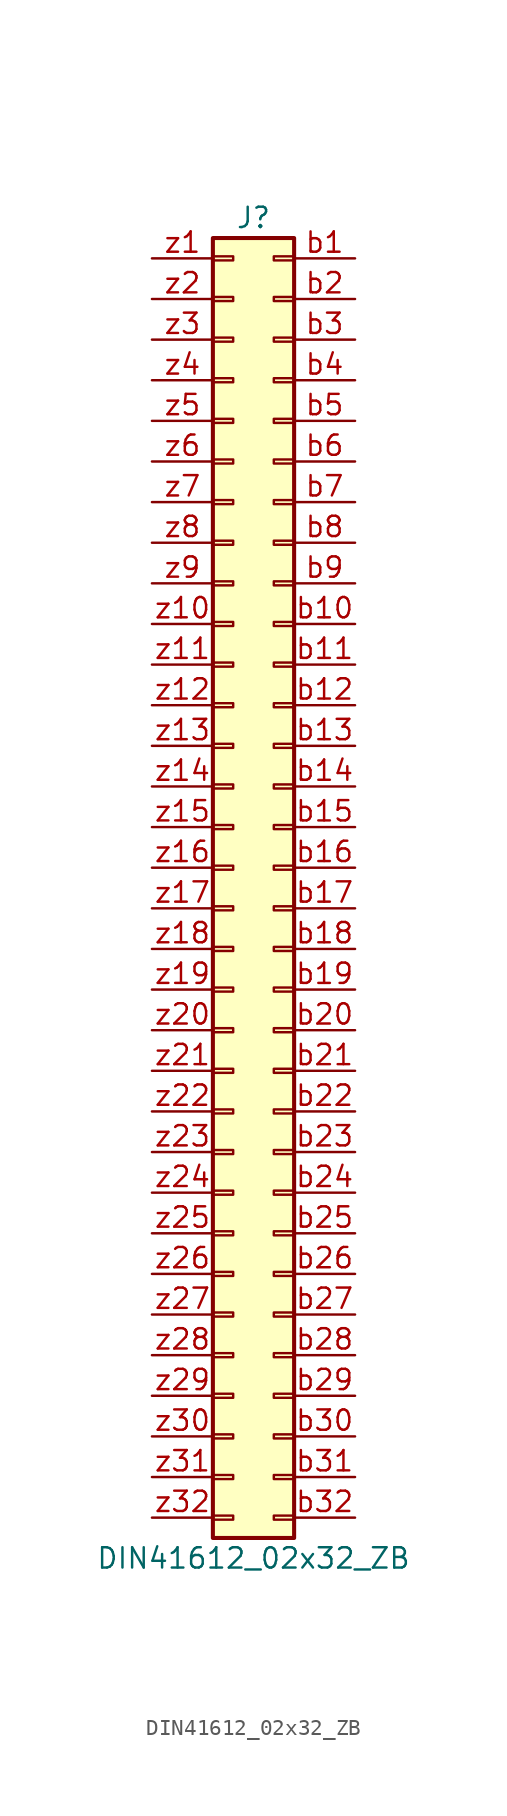
<source format=kicad_sym>
(kicad_symbol_lib
  (version 20201005)
  (generator kicad_symbol_editor)
  (symbol "Connector:DIN41612_02x32_ZB"
    (pin_names
      (offset 1.016) hide)
    (property "Reference" "J"
      (at 1.27 40.64 0)
      (effects (font (size 1.27 1.27))))
    (property "Value" "DIN41612_02x32_ZB"
      (at 1.27 -43.18 0)
      (effects (font (size 1.27 1.27))))
    (symbol "DIN41612_02x32_ZB_1_1"
      (rectangle (start -1.27 -40.513) (end 0 -40.767) (stroke (width 0.152)) (fill (type none)))
      (rectangle (start -1.27 -37.973) (end 0 -38.227) (stroke (width 0.152)) (fill (type none)))
      (rectangle (start -1.27 -35.433) (end 0 -35.687) (stroke (width 0.152)) (fill (type none)))
      (rectangle (start -1.27 -32.893) (end 0 -33.147) (stroke (width 0.152)) (fill (type none)))
      (rectangle (start -1.27 -30.353) (end 0 -30.607) (stroke (width 0.152)) (fill (type none)))
      (rectangle (start -1.27 -27.813) (end 0 -28.067) (stroke (width 0.152)) (fill (type none)))
      (rectangle (start -1.27 -25.273) (end 0 -25.527) (stroke (width 0.152)) (fill (type none)))
      (rectangle (start -1.27 -22.733) (end 0 -22.987) (stroke (width 0.152)) (fill (type none)))
      (rectangle (start -1.27 -20.193) (end 0 -20.447) (stroke (width 0.152)) (fill (type none)))
      (rectangle (start -1.27 -17.653) (end 0 -17.907) (stroke (width 0.152)) (fill (type none)))
      (rectangle (start -1.27 -15.113) (end 0 -15.367) (stroke (width 0.152)) (fill (type none)))
      (rectangle (start -1.27 -12.573) (end 0 -12.827) (stroke (width 0.152)) (fill (type none)))
      (rectangle (start -1.27 -10.033) (end 0 -10.287) (stroke (width 0.152)) (fill (type none)))
      (rectangle (start -1.27 -7.493) (end 0 -7.747) (stroke (width 0.152)) (fill (type none)))
      (rectangle (start -1.27 -4.953) (end 0 -5.207) (stroke (width 0.152)) (fill (type none)))
      (rectangle (start -1.27 -2.413) (end 0 -2.667) (stroke (width 0.152)) (fill (type none)))
      (rectangle (start -1.27 0.127) (end 0 -0.127) (stroke (width 0.152)) (fill (type none)))
      (rectangle (start -1.27 2.667) (end 0 2.413) (stroke (width 0.152)) (fill (type none)))
      (rectangle (start -1.27 5.207) (end 0 4.953) (stroke (width 0.152)) (fill (type none)))
      (rectangle (start -1.27 7.747) (end 0 7.493) (stroke (width 0.152)) (fill (type none)))
      (rectangle (start -1.27 10.287) (end 0 10.033) (stroke (width 0.152)) (fill (type none)))
      (rectangle (start -1.27 12.827) (end 0 12.573) (stroke (width 0.152)) (fill (type none)))
      (rectangle (start -1.27 15.367) (end 0 15.113) (stroke (width 0.152)) (fill (type none)))
      (rectangle (start -1.27 17.907) (end 0 17.653) (stroke (width 0.152)) (fill (type none)))
      (rectangle (start -1.27 20.447) (end 0 20.193) (stroke (width 0.152)) (fill (type none)))
      (rectangle (start -1.27 22.987) (end 0 22.733) (stroke (width 0.152)) (fill (type none)))
      (rectangle (start -1.27 25.527) (end 0 25.273) (stroke (width 0.152)) (fill (type none)))
      (rectangle (start -1.27 28.067) (end 0 27.813) (stroke (width 0.152)) (fill (type none)))
      (rectangle (start -1.27 30.607) (end 0 30.353) (stroke (width 0.152)) (fill (type none)))
      (rectangle (start -1.27 33.147) (end 0 32.893) (stroke (width 0.152)) (fill (type none)))
      (rectangle (start -1.27 35.687) (end 0 35.433) (stroke (width 0.152)) (fill (type none)))
      (rectangle (start -1.27 38.227) (end 0 37.973) (stroke (width 0.152)) (fill (type none)))
      (rectangle (start 3.81 -40.513) (end 2.54 -40.767) (stroke (width 0.152)) (fill (type none)))
      (rectangle (start 3.81 -37.973) (end 2.54 -38.227) (stroke (width 0.152)) (fill (type none)))
      (rectangle (start 3.81 -35.433) (end 2.54 -35.687) (stroke (width 0.152)) (fill (type none)))
      (rectangle (start 3.81 -32.893) (end 2.54 -33.147) (stroke (width 0.152)) (fill (type none)))
      (rectangle (start 3.81 -30.353) (end 2.54 -30.607) (stroke (width 0.152)) (fill (type none)))
      (rectangle (start 3.81 -27.813) (end 2.54 -28.067) (stroke (width 0.152)) (fill (type none)))
      (rectangle (start 3.81 -25.273) (end 2.54 -25.527) (stroke (width 0.152)) (fill (type none)))
      (rectangle (start 3.81 -22.733) (end 2.54 -22.987) (stroke (width 0.152)) (fill (type none)))
      (rectangle (start 3.81 -20.193) (end 2.54 -20.447) (stroke (width 0.152)) (fill (type none)))
      (rectangle (start 3.81 -17.653) (end 2.54 -17.907) (stroke (width 0.152)) (fill (type none)))
      (rectangle (start 3.81 -15.113) (end 2.54 -15.367) (stroke (width 0.152)) (fill (type none)))
      (rectangle (start 3.81 -12.573) (end 2.54 -12.827) (stroke (width 0.152)) (fill (type none)))
      (rectangle (start 3.81 -10.033) (end 2.54 -10.287) (stroke (width 0.152)) (fill (type none)))
      (rectangle (start 3.81 -7.493) (end 2.54 -7.747) (stroke (width 0.152)) (fill (type none)))
      (rectangle (start 3.81 -4.953) (end 2.54 -5.207) (stroke (width 0.152)) (fill (type none)))
      (rectangle (start 3.81 -2.413) (end 2.54 -2.667) (stroke (width 0.152)) (fill (type none)))
      (rectangle (start 3.81 0.127) (end 2.54 -0.127) (stroke (width 0.152)) (fill (type none)))
      (rectangle (start 3.81 2.667) (end 2.54 2.413) (stroke (width 0.152)) (fill (type none)))
      (rectangle (start 3.81 5.207) (end 2.54 4.953) (stroke (width 0.152)) (fill (type none)))
      (rectangle (start 3.81 7.747) (end 2.54 7.493) (stroke (width 0.152)) (fill (type none)))
      (rectangle (start 3.81 10.287) (end 2.54 10.033) (stroke (width 0.152)) (fill (type none)))
      (rectangle (start 3.81 12.827) (end 2.54 12.573) (stroke (width 0.152)) (fill (type none)))
      (rectangle (start 3.81 15.367) (end 2.54 15.113) (stroke (width 0.152)) (fill (type none)))
      (rectangle (start 3.81 17.907) (end 2.54 17.653) (stroke (width 0.152)) (fill (type none)))
      (rectangle (start 3.81 20.447) (end 2.54 20.193) (stroke (width 0.152)) (fill (type none)))
      (rectangle (start 3.81 22.987) (end 2.54 22.733) (stroke (width 0.152)) (fill (type none)))
      (rectangle (start 3.81 25.527) (end 2.54 25.273) (stroke (width 0.152)) (fill (type none)))
      (rectangle (start 3.81 28.067) (end 2.54 27.813) (stroke (width 0.152)) (fill (type none)))
      (rectangle (start 3.81 30.607) (end 2.54 30.353) (stroke (width 0.152)) (fill (type none)))
      (rectangle (start 3.81 33.147) (end 2.54 32.893) (stroke (width 0.152)) (fill (type none)))
      (rectangle (start 3.81 35.687) (end 2.54 35.433) (stroke (width 0.152)) (fill (type none)))
      (rectangle (start 3.81 38.227) (end 2.54 37.973) (stroke (width 0.152)) (fill (type none)))
      (rectangle (start -1.27 39.37) (end 3.81 -41.91) (stroke (width 0.254)) (fill (type background)))
      (pin passive line (at 7.62 38.1 180) (length 3.81) (name "Pin_b1" (effects (font (size 1.27 1.27)))) (number "b1" (effects (font (size 1.27 1.27)))))
      (pin passive line (at 7.62 15.24 180) (length 3.81) (name "Pin_b10" (effects (font (size 1.27 1.27)))) (number "b10" (effects (font (size 1.27 1.27)))))
      (pin passive line (at 7.62 12.7 180) (length 3.81) (name "Pin_b11" (effects (font (size 1.27 1.27)))) (number "b11" (effects (font (size 1.27 1.27)))))
      (pin passive line (at 7.62 10.16 180) (length 3.81) (name "Pin_b12" (effects (font (size 1.27 1.27)))) (number "b12" (effects (font (size 1.27 1.27)))))
      (pin passive line (at 7.62 7.62 180) (length 3.81) (name "Pin_b13" (effects (font (size 1.27 1.27)))) (number "b13" (effects (font (size 1.27 1.27)))))
      (pin passive line (at 7.62 5.08 180) (length 3.81) (name "Pin_b14" (effects (font (size 1.27 1.27)))) (number "b14" (effects (font (size 1.27 1.27)))))
      (pin passive line (at 7.62 2.54 180) (length 3.81) (name "Pin_b15" (effects (font (size 1.27 1.27)))) (number "b15" (effects (font (size 1.27 1.27)))))
      (pin passive line (at 7.62 0 180) (length 3.81) (name "Pin_b16" (effects (font (size 1.27 1.27)))) (number "b16" (effects (font (size 1.27 1.27)))))
      (pin passive line (at 7.62 -2.54 180) (length 3.81) (name "Pin_b17" (effects (font (size 1.27 1.27)))) (number "b17" (effects (font (size 1.27 1.27)))))
      (pin passive line (at 7.62 -5.08 180) (length 3.81) (name "Pin_b18" (effects (font (size 1.27 1.27)))) (number "b18" (effects (font (size 1.27 1.27)))))
      (pin passive line (at 7.62 -7.62 180) (length 3.81) (name "Pin_b19" (effects (font (size 1.27 1.27)))) (number "b19" (effects (font (size 1.27 1.27)))))
      (pin passive line (at 7.62 35.56 180) (length 3.81) (name "Pin_b2" (effects (font (size 1.27 1.27)))) (number "b2" (effects (font (size 1.27 1.27)))))
      (pin passive line (at 7.62 -10.16 180) (length 3.81) (name "Pin_b20" (effects (font (size 1.27 1.27)))) (number "b20" (effects (font (size 1.27 1.27)))))
      (pin passive line (at 7.62 -12.7 180) (length 3.81) (name "Pin_b21" (effects (font (size 1.27 1.27)))) (number "b21" (effects (font (size 1.27 1.27)))))
      (pin passive line (at 7.62 -15.24 180) (length 3.81) (name "Pin_b22" (effects (font (size 1.27 1.27)))) (number "b22" (effects (font (size 1.27 1.27)))))
      (pin passive line (at 7.62 -17.78 180) (length 3.81) (name "Pin_b23" (effects (font (size 1.27 1.27)))) (number "b23" (effects (font (size 1.27 1.27)))))
      (pin passive line (at 7.62 -20.32 180) (length 3.81) (name "Pin_b24" (effects (font (size 1.27 1.27)))) (number "b24" (effects (font (size 1.27 1.27)))))
      (pin passive line (at 7.62 -22.86 180) (length 3.81) (name "Pin_b25" (effects (font (size 1.27 1.27)))) (number "b25" (effects (font (size 1.27 1.27)))))
      (pin passive line (at 7.62 -25.4 180) (length 3.81) (name "Pin_b26" (effects (font (size 1.27 1.27)))) (number "b26" (effects (font (size 1.27 1.27)))))
      (pin passive line (at 7.62 -27.94 180) (length 3.81) (name "Pin_b27" (effects (font (size 1.27 1.27)))) (number "b27" (effects (font (size 1.27 1.27)))))
      (pin passive line (at 7.62 -30.48 180) (length 3.81) (name "Pin_b28" (effects (font (size 1.27 1.27)))) (number "b28" (effects (font (size 1.27 1.27)))))
      (pin passive line (at 7.62 -33.02 180) (length 3.81) (name "Pin_b29" (effects (font (size 1.27 1.27)))) (number "b29" (effects (font (size 1.27 1.27)))))
      (pin passive line (at 7.62 33.02 180) (length 3.81) (name "Pin_b3" (effects (font (size 1.27 1.27)))) (number "b3" (effects (font (size 1.27 1.27)))))
      (pin passive line (at 7.62 -35.56 180) (length 3.81) (name "Pin_b30" (effects (font (size 1.27 1.27)))) (number "b30" (effects (font (size 1.27 1.27)))))
      (pin passive line (at 7.62 -38.1 180) (length 3.81) (name "Pin_b31" (effects (font (size 1.27 1.27)))) (number "b31" (effects (font (size 1.27 1.27)))))
      (pin passive line (at 7.62 -40.64 180) (length 3.81) (name "Pin_b32" (effects (font (size 1.27 1.27)))) (number "b32" (effects (font (size 1.27 1.27)))))
      (pin passive line (at 7.62 30.48 180) (length 3.81) (name "Pin_b4" (effects (font (size 1.27 1.27)))) (number "b4" (effects (font (size 1.27 1.27)))))
      (pin passive line (at 7.62 27.94 180) (length 3.81) (name "Pin_b5" (effects (font (size 1.27 1.27)))) (number "b5" (effects (font (size 1.27 1.27)))))
      (pin passive line (at 7.62 25.4 180) (length 3.81) (name "Pin_b6" (effects (font (size 1.27 1.27)))) (number "b6" (effects (font (size 1.27 1.27)))))
      (pin passive line (at 7.62 22.86 180) (length 3.81) (name "Pin_b7" (effects (font (size 1.27 1.27)))) (number "b7" (effects (font (size 1.27 1.27)))))
      (pin passive line (at 7.62 20.32 180) (length 3.81) (name "Pin_b8" (effects (font (size 1.27 1.27)))) (number "b8" (effects (font (size 1.27 1.27)))))
      (pin passive line (at 7.62 17.78 180) (length 3.81) (name "Pin_b9" (effects (font (size 1.27 1.27)))) (number "b9" (effects (font (size 1.27 1.27)))))
      (pin passive line (at -5.08 38.1 0) (length 3.81) (name "Pin_z1" (effects (font (size 1.27 1.27)))) (number "z1" (effects (font (size 1.27 1.27)))))
      (pin passive line (at -5.08 15.24 0) (length 3.81) (name "Pin_z10" (effects (font (size 1.27 1.27)))) (number "z10" (effects (font (size 1.27 1.27)))))
      (pin passive line (at -5.08 12.7 0) (length 3.81) (name "Pin_z11" (effects (font (size 1.27 1.27)))) (number "z11" (effects (font (size 1.27 1.27)))))
      (pin passive line (at -5.08 10.16 0) (length 3.81) (name "Pin_z12" (effects (font (size 1.27 1.27)))) (number "z12" (effects (font (size 1.27 1.27)))))
      (pin passive line (at -5.08 7.62 0) (length 3.81) (name "Pin_z13" (effects (font (size 1.27 1.27)))) (number "z13" (effects (font (size 1.27 1.27)))))
      (pin passive line (at -5.08 5.08 0) (length 3.81) (name "Pin_z14" (effects (font (size 1.27 1.27)))) (number "z14" (effects (font (size 1.27 1.27)))))
      (pin passive line (at -5.08 2.54 0) (length 3.81) (name "Pin_z15" (effects (font (size 1.27 1.27)))) (number "z15" (effects (font (size 1.27 1.27)))))
      (pin passive line (at -5.08 0 0) (length 3.81) (name "Pin_z16" (effects (font (size 1.27 1.27)))) (number "z16" (effects (font (size 1.27 1.27)))))
      (pin passive line (at -5.08 -2.54 0) (length 3.81) (name "Pin_z17" (effects (font (size 1.27 1.27)))) (number "z17" (effects (font (size 1.27 1.27)))))
      (pin passive line (at -5.08 -5.08 0) (length 3.81) (name "Pin_z18" (effects (font (size 1.27 1.27)))) (number "z18" (effects (font (size 1.27 1.27)))))
      (pin passive line (at -5.08 -7.62 0) (length 3.81) (name "Pin_z19" (effects (font (size 1.27 1.27)))) (number "z19" (effects (font (size 1.27 1.27)))))
      (pin passive line (at -5.08 35.56 0) (length 3.81) (name "Pin_z2" (effects (font (size 1.27 1.27)))) (number "z2" (effects (font (size 1.27 1.27)))))
      (pin passive line (at -5.08 -10.16 0) (length 3.81) (name "Pin_z20" (effects (font (size 1.27 1.27)))) (number "z20" (effects (font (size 1.27 1.27)))))
      (pin passive line (at -5.08 -12.7 0) (length 3.81) (name "Pin_z21" (effects (font (size 1.27 1.27)))) (number "z21" (effects (font (size 1.27 1.27)))))
      (pin passive line (at -5.08 -15.24 0) (length 3.81) (name "Pin_z22" (effects (font (size 1.27 1.27)))) (number "z22" (effects (font (size 1.27 1.27)))))
      (pin passive line (at -5.08 -17.78 0) (length 3.81) (name "Pin_z23" (effects (font (size 1.27 1.27)))) (number "z23" (effects (font (size 1.27 1.27)))))
      (pin passive line (at -5.08 -20.32 0) (length 3.81) (name "Pin_z24" (effects (font (size 1.27 1.27)))) (number "z24" (effects (font (size 1.27 1.27)))))
      (pin passive line (at -5.08 -22.86 0) (length 3.81) (name "Pin_z25" (effects (font (size 1.27 1.27)))) (number "z25" (effects (font (size 1.27 1.27)))))
      (pin passive line (at -5.08 -25.4 0) (length 3.81) (name "Pin_z26" (effects (font (size 1.27 1.27)))) (number "z26" (effects (font (size 1.27 1.27)))))
      (pin passive line (at -5.08 -27.94 0) (length 3.81) (name "Pin_z27" (effects (font (size 1.27 1.27)))) (number "z27" (effects (font (size 1.27 1.27)))))
      (pin passive line (at -5.08 -30.48 0) (length 3.81) (name "Pin_z28" (effects (font (size 1.27 1.27)))) (number "z28" (effects (font (size 1.27 1.27)))))
      (pin passive line (at -5.08 -33.02 0) (length 3.81) (name "Pin_z29" (effects (font (size 1.27 1.27)))) (number "z29" (effects (font (size 1.27 1.27)))))
      (pin passive line (at -5.08 33.02 0) (length 3.81) (name "Pin_z3" (effects (font (size 1.27 1.27)))) (number "z3" (effects (font (size 1.27 1.27)))))
      (pin passive line (at -5.08 -35.56 0) (length 3.81) (name "Pin_z30" (effects (font (size 1.27 1.27)))) (number "z30" (effects (font (size 1.27 1.27)))))
      (pin passive line (at -5.08 -38.1 0) (length 3.81) (name "Pin_z31" (effects (font (size 1.27 1.27)))) (number "z31" (effects (font (size 1.27 1.27)))))
      (pin passive line (at -5.08 -40.64 0) (length 3.81) (name "Pin_z32" (effects (font (size 1.27 1.27)))) (number "z32" (effects (font (size 1.27 1.27)))))
      (pin passive line (at -5.08 30.48 0) (length 3.81) (name "Pin_z4" (effects (font (size 1.27 1.27)))) (number "z4" (effects (font (size 1.27 1.27)))))
      (pin passive line (at -5.08 27.94 0) (length 3.81) (name "Pin_z5" (effects (font (size 1.27 1.27)))) (number "z5" (effects (font (size 1.27 1.27)))))
      (pin passive line (at -5.08 25.4 0) (length 3.81) (name "Pin_z6" (effects (font (size 1.27 1.27)))) (number "z6" (effects (font (size 1.27 1.27)))))
      (pin passive line (at -5.08 22.86 0) (length 3.81) (name "Pin_z7" (effects (font (size 1.27 1.27)))) (number "z7" (effects (font (size 1.27 1.27)))))
      (pin passive line (at -5.08 20.32 0) (length 3.81) (name "Pin_z8" (effects (font (size 1.27 1.27)))) (number "z8" (effects (font (size 1.27 1.27)))))
      (pin passive line (at -5.08 17.78 0) (length 3.81) (name "Pin_z9" (effects (font (size 1.27 1.27)))) (number "z9" (effects (font (size 1.27 1.27))))))))
</source>
